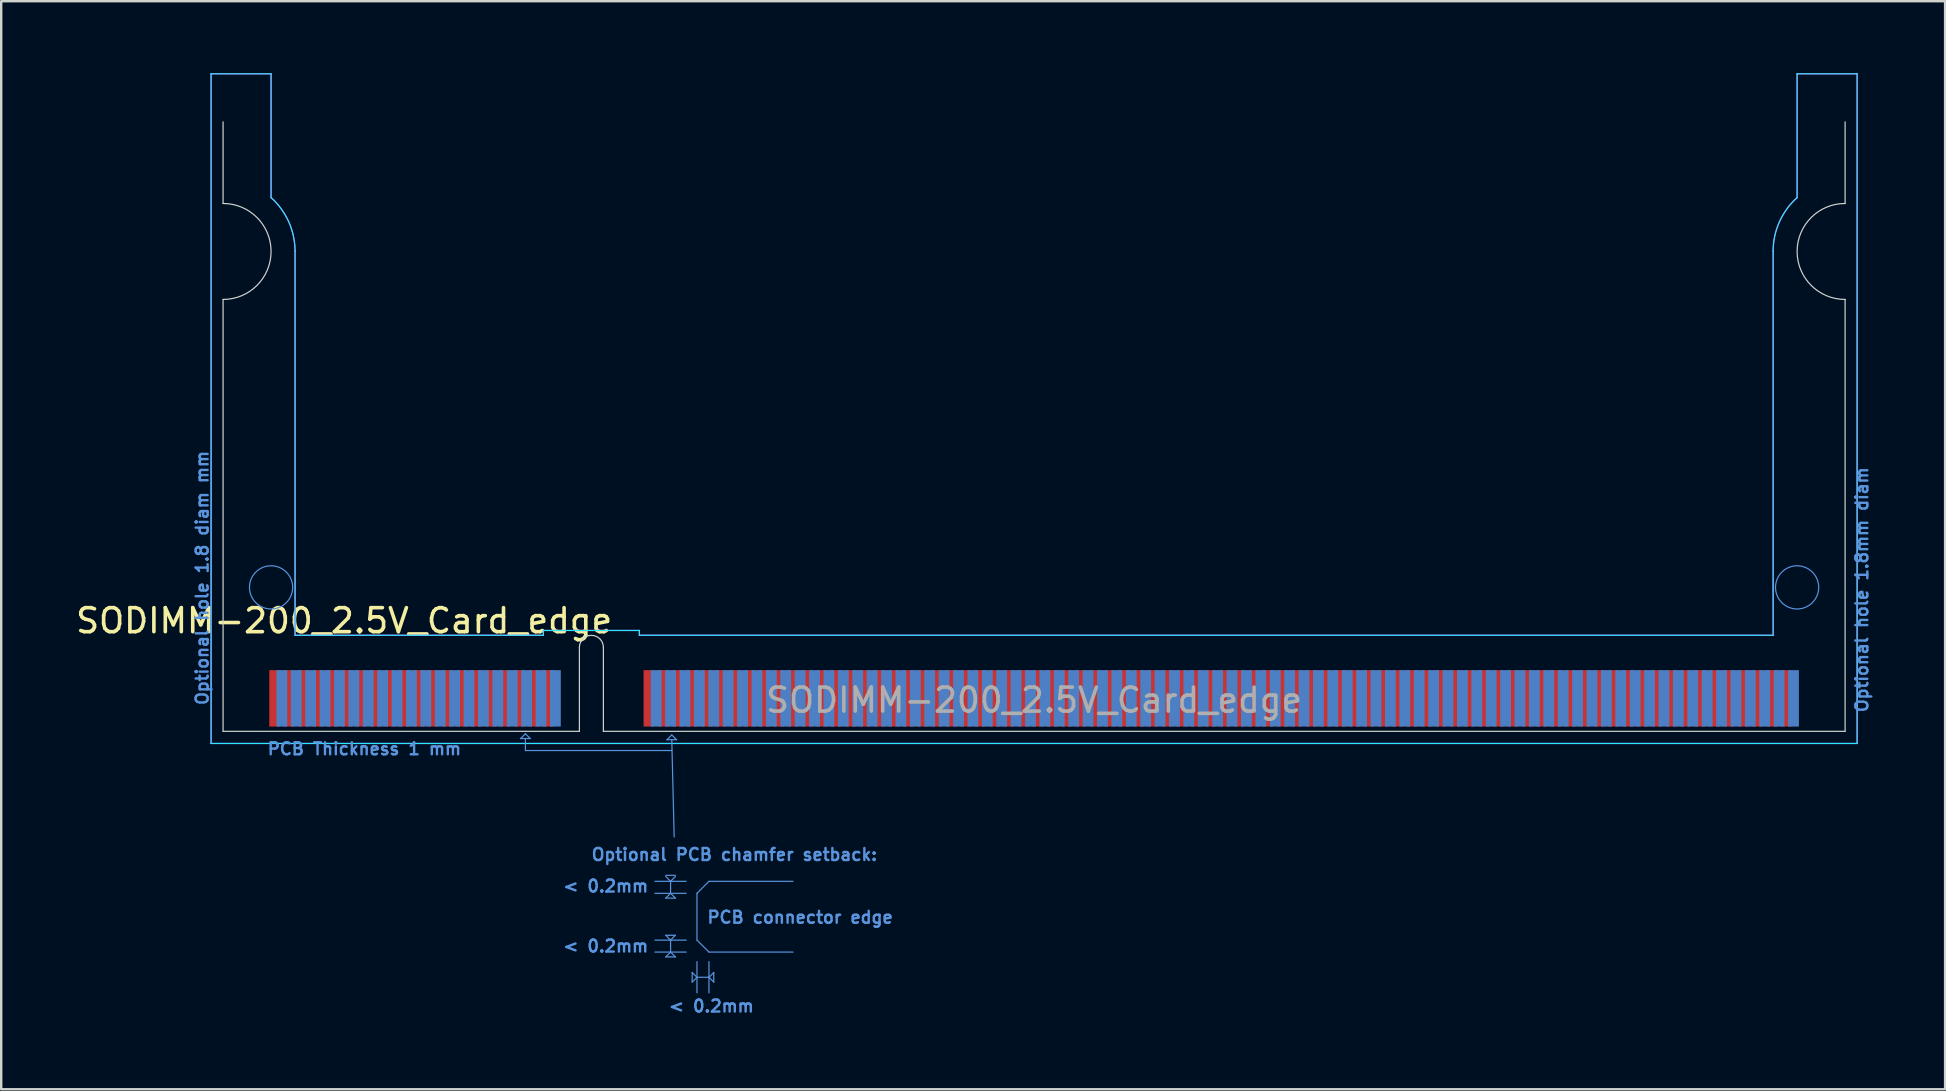
<source format=kicad_pcb>
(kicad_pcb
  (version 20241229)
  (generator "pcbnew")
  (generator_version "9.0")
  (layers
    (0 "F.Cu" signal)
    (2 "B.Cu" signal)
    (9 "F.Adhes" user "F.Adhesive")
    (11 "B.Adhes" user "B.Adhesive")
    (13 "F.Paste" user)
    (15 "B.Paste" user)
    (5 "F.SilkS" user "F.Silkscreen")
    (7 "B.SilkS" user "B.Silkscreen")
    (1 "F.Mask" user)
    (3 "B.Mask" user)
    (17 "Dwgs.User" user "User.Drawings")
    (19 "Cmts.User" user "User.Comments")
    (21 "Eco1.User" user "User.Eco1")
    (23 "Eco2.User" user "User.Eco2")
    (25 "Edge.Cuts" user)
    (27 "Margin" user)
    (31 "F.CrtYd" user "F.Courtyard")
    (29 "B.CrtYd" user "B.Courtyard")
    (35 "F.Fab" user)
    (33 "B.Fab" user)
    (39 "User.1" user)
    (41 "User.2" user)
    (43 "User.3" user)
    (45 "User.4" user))
  (footprint "SODIMM-200_2.5V_Card_edge"
    (layer "F.Cu")
    (at 8.397 26.055)
    (property "Reference" "SODIMM-200_2.5V_Card_edge" (at 2.895 -3.235 0) (layer "F.SilkS") (effects (font (size 1 1) (thickness 0.15))))
    (attr exclude_from_pos_files exclude_from_bom allow_soldermask_bridges)
    (fp_rect (start -0.352 -1.302) (end 12.7 1.302) (stroke (width 0) (type solid)) (fill yes) (layer "F.Mask"))
    (fp_rect (start 13.7 -1.302) (end 63.352 1.302) (stroke (width 0) (type solid)) (fill yes) (layer "F.Mask"))
    (fp_rect (start -0.052 -1.302) (end 12.7 1.302) (stroke (width 0) (type solid)) (fill yes) (layer "B.Mask"))
    (fp_rect (start 13.7 -1.302) (end 63.652 1.302) (stroke (width 0) (type solid)) (fill yes) (layer "B.Mask"))
    (fp_line (start 10.25 1.675) (end 10.45 1.475) (stroke (width 0.05) (type default)) (layer "Cmts.User"))
    (fp_line (start 10.45 1.475) (end 10.65 1.675) (stroke (width 0.05) (type default)) (layer "Cmts.User"))
    (fp_line (start 10.45 1.675) (end 10.45 2.175) (stroke (width 0.05) (type default)) (layer "Cmts.User"))
    (fp_line (start 10.45 2.175) (end 16.55 2.175) (stroke (width 0.05) (type default)) (layer "Cmts.User"))
    (fp_line (start 10.65 1.675) (end 10.25 1.675) (stroke (width 0.05) (type default)) (layer "Cmts.User"))
    (fp_line (start 15.85 7.625) (end 17.15 7.625) (stroke (width 0.05) (type default)) (layer "Cmts.User"))
    (fp_line (start 15.85 8.125) (end 17.15 8.125) (stroke (width 0.05) (type default)) (layer "Cmts.User"))
    (fp_line (start 15.85 10.075) (end 17.15 10.075) (stroke (width 0.05) (type default)) (layer "Cmts.User"))
    (fp_line (start 15.85 10.575) (end 17.15 10.575) (stroke (width 0.05) (type default)) (layer "Cmts.User"))
    (fp_line (start 16.3 7.375) (end 16.7 7.375) (stroke (width 0.05) (type default)) (layer "Cmts.User"))
    (fp_line (start 16.3 8.325) (end 16.5 8.125) (stroke (width 0.05) (type default)) (layer "Cmts.User"))
    (fp_line (start 16.3 9.875) (end 16.7 9.875) (stroke (width 0.05) (type default)) (layer "Cmts.User"))
    (fp_line (start 16.3 10.775) (end 16.5 10.575) (stroke (width 0.05) (type default)) (layer "Cmts.User"))
    (fp_line (start 16.35 1.725) (end 16.55 1.525) (stroke (width 0.05) (type default)) (layer "Cmts.User"))
    (fp_line (start 16.5 7.625) (end 16.3 7.425) (stroke (width 0.05) (type default)) (layer "Cmts.User"))
    (fp_line (start 16.5 8.125) (end 16.5 7.625) (stroke (width 0.05) (type default)) (layer "Cmts.User"))
    (fp_line (start 16.5 8.125) (end 16.7 8.325) (stroke (width 0.05) (type default)) (layer "Cmts.User"))
    (fp_line (start 16.5 10.075) (end 16.3 9.875) (stroke (width 0.05) (type default)) (layer "Cmts.User"))
    (fp_line (start 16.5 10.575) (end 16.5 10.075) (stroke (width 0.05) (type default)) (layer "Cmts.User"))
    (fp_line (start 16.5 10.575) (end 16.7 10.775) (stroke (width 0.05) (type default)) (layer "Cmts.User"))
    (fp_line (start 16.55 1.525) (end 16.75 1.725) (stroke (width 0.05) (type default)) (layer "Cmts.User"))
    (fp_line (start 16.55 1.725) (end 16.65 5.775) (stroke (width 0.05) (type default)) (layer "Cmts.User"))
    (fp_line (start 16.7 7.425) (end 16.5 7.625) (stroke (width 0.05) (type default)) (layer "Cmts.User"))
    (fp_line (start 16.7 8.325) (end 16.3 8.325) (stroke (width 0.05) (type default)) (layer "Cmts.User"))
    (fp_line (start 16.7 9.875) (end 16.5 10.075) (stroke (width 0.05) (type default)) (layer "Cmts.User"))
    (fp_line (start 16.7 10.775) (end 16.3 10.775) (stroke (width 0.05) (type default)) (layer "Cmts.User"))
    (fp_line (start 16.75 1.725) (end 16.35 1.725) (stroke (width 0.05) (type default)) (layer "Cmts.User"))
    (fp_line (start 17.4 11.425) (end 17.6 11.625) (stroke (width 0.05) (type default)) (layer "Cmts.User"))
    (fp_line (start 17.4 11.825) (end 17.4 11.425) (stroke (width 0.05) (type default)) (layer "Cmts.User"))
    (fp_line (start 17.6 8.125) (end 17.6 10.075) (stroke (width 0.05) (type default)) (layer "Cmts.User"))
    (fp_line (start 17.6 10.975) (end 17.6 12.275) (stroke (width 0.05) (type default)) (layer "Cmts.User"))
    (fp_line (start 17.6 11.625) (end 17.4 11.825) (stroke (width 0.05) (type default)) (layer "Cmts.User"))
    (fp_line (start 17.6 11.625) (end 18.1 11.625) (stroke (width 0.05) (type default)) (layer "Cmts.User"))
    (fp_line (start 18.1 7.625) (end 17.6 8.125) (stroke (width 0.05) (type default)) (layer "Cmts.User"))
    (fp_line (start 18.1 7.625) (end 21.6 7.625) (stroke (width 0.05) (type default)) (layer "Cmts.User"))
    (fp_line (start 18.1 10.575) (end 17.6 10.075) (stroke (width 0.05) (type default)) (layer "Cmts.User"))
    (fp_line (start 18.1 10.575) (end 21.6 10.575) (stroke (width 0.05) (type default)) (layer "Cmts.User"))
    (fp_line (start 18.1 10.975) (end 18.1 12.275) (stroke (width 0.05) (type default)) (layer "Cmts.User"))
    (fp_line (start 18.1 11.625) (end 18.3 11.425) (stroke (width 0.05) (type default)) (layer "Cmts.User"))
    (fp_line (start 18.3 11.425) (end 18.3 11.825) (stroke (width 0.05) (type default)) (layer "Cmts.User"))
    (fp_line (start 18.3 11.825) (end 18.1 11.625) (stroke (width 0.05) (type default)) (layer "Cmts.User"))
    (fp_circle (center -0.15 -4.625) (end 0.75 -4.625) (stroke (width 0.05) (type default)) (fill no) (layer "Cmts.User"))
    (fp_circle (center 63.45 -4.625) (end 64.35 -4.625) (stroke (width 0.05) (type default)) (fill no) (layer "Cmts.User"))
    (fp_line (start -2.15 -20.625) (end -2.15 -24.025) (stroke (width 0.05) (type default)) (layer "Edge.Cuts"))
    (fp_line (start -2.15 1.375) (end -2.15 -16.625) (stroke (width 0.05) (type solid)) (layer "Edge.Cuts"))
    (fp_line (start 12.7 1.375) (end -2.15 1.375) (stroke (width 0.05) (type default)) (layer "Edge.Cuts"))
    (fp_line (start 12.7 1.375) (end 12.7 -2.125) (stroke (width 0.05) (type solid)) (layer "Edge.Cuts"))
    (fp_line (start 13.7 -2.125) (end 13.7 1.375) (stroke (width 0.05) (type solid)) (layer "Edge.Cuts"))
    (fp_line (start 13.7 1.375) (end 65.45 1.375) (stroke (width 0.05) (type default)) (layer "Edge.Cuts"))
    (fp_line (start 65.45 -20.625) (end 65.45 -24.025) (stroke (width 0.05) (type default)) (layer "Edge.Cuts"))
    (fp_line (start 65.45 1.375) (end 65.45 -16.625) (stroke (width 0.05) (type solid)) (layer "Edge.Cuts"))
    (fp_arc (start -2.15 -20.625) (mid -0.15 -18.625) (end -2.15 -16.625) (stroke (width 0.05) (type solid)) (layer "Edge.Cuts"))
    (fp_arc (start 12.7 -2.125) (mid 13.2 -2.625) (end 13.7 -2.125) (stroke (width 0.05) (type solid)) (layer "Edge.Cuts"))
    (fp_arc (start 65.45 -16.625) (mid 63.45 -18.625) (end 65.45 -20.625) (stroke (width 0.05) (type solid)) (layer "Edge.Cuts"))
    (fp_line (start -2.65 -26.03) (end -2.65 1.88) (stroke (width 0.05) (type default)) (layer "B.CrtYd"))
    (fp_line (start -2.65 -26.03) (end -0.15 -26.03) (stroke (width 0.05) (type default)) (layer "B.CrtYd"))
    (fp_line (start -0.15 -20.87) (end -0.15 -26.03) (stroke (width 0.05) (type default)) (layer "B.CrtYd"))
    (fp_line (start 0.85 -18.63) (end 0.85 -2.63) (stroke (width 0.05) (type default)) (layer "B.CrtYd"))
    (fp_line (start 0.85 -2.63) (end 11.2 -2.63) (stroke (width 0.05) (type default)) (layer "B.CrtYd"))
    (fp_line (start 11.2 -2.83) (end 15.2 -2.83) (stroke (width 0.05) (type default)) (layer "B.CrtYd"))
    (fp_line (start 11.2 -2.63) (end 11.2 -2.83) (stroke (width 0.05) (type default)) (layer "B.CrtYd"))
    (fp_line (start 15.2 -2.83) (end 15.2 -2.63) (stroke (width 0.05) (type default)) (layer "B.CrtYd"))
    (fp_line (start 15.2 -2.63) (end 62.45 -2.63) (stroke (width 0.05) (type default)) (layer "B.CrtYd"))
    (fp_line (start 62.45 -18.63) (end 62.45 -2.63) (stroke (width 0.05) (type default)) (layer "B.CrtYd"))
    (fp_line (start 63.45 -20.87) (end 63.45 -26.03) (stroke (width 0.05) (type default)) (layer "B.CrtYd"))
    (fp_line (start 65.95 -26.03) (end 63.45 -26.03) (stroke (width 0.05) (type default)) (layer "B.CrtYd"))
    (fp_line (start 65.95 -26.03) (end 65.95 1.88) (stroke (width 0.05) (type default)) (layer "B.CrtYd"))
    (fp_line (start 65.95 1.88) (end -2.65 1.88) (stroke (width 0.05) (type default)) (layer "B.CrtYd"))
    (fp_arc (start -0.15 -20.87) (mid 0.588474 -19.856462) (end 0.85 -18.63) (stroke (width 0.05) (type default)) (layer "B.CrtYd"))
    (fp_arc (start 62.45 -18.63) (mid 62.711526 -19.856462) (end 63.45 -20.87) (stroke (width 0.05) (type default)) (layer "B.CrtYd"))
    (fp_line (start -2.65 -26.03) (end -2.65 1.88) (stroke (width 0.05) (type default)) (layer "F.CrtYd"))
    (fp_line (start -2.65 -26.03) (end -0.15 -26.03) (stroke (width 0.05) (type default)) (layer "F.CrtYd"))
    (fp_line (start -0.15 -20.87) (end -0.15 -26.03) (stroke (width 0.05) (type default)) (layer "F.CrtYd"))
    (fp_line (start 0.85 -2.63) (end 0.85 -18.63) (stroke (width 0.05) (type default)) (layer "F.CrtYd"))
    (fp_line (start 0.85 -2.63) (end 11.2 -2.63) (stroke (width 0.05) (type default)) (layer "F.CrtYd"))
    (fp_line (start 11.2 -2.83) (end 15.2 -2.83) (stroke (width 0.05) (type default)) (layer "F.CrtYd"))
    (fp_line (start 11.2 -2.63) (end 11.2 -2.83) (stroke (width 0.05) (type default)) (layer "F.CrtYd"))
    (fp_line (start 15.2 -2.83) (end 15.2 -2.63) (stroke (width 0.05) (type default)) (layer "F.CrtYd"))
    (fp_line (start 15.2 -2.63) (end 62.45 -2.63) (stroke (width 0.05) (type default)) (layer "F.CrtYd"))
    (fp_line (start 62.45 -2.63) (end 62.45 -18.63) (stroke (width 0.05) (type default)) (layer "F.CrtYd"))
    (fp_line (start 63.45 -20.87) (end 63.45 -26.03) (stroke (width 0.05) (type default)) (layer "F.CrtYd"))
    (fp_line (start 65.95 -26.03) (end 63.45 -26.03) (stroke (width 0.05) (type default)) (layer "F.CrtYd"))
    (fp_line (start 65.95 -26.03) (end 65.95 1.88) (stroke (width 0.05) (type default)) (layer "F.CrtYd"))
    (fp_line (start 65.95 1.88) (end -2.65 1.88) (stroke (width 0.05) (type default)) (layer "F.CrtYd"))
    (fp_arc (start -0.15 -20.87) (mid 0.588474 -19.856462) (end 0.85 -18.63) (stroke (width 0.05) (type default)) (layer "F.CrtYd"))
    (fp_arc (start 62.45 -18.63) (mid 62.711526 -19.856462) (end 63.45 -20.87) (stroke (width 0.05) (type default)) (layer "F.CrtYd"))
    (fp_text user "< 0.2mm" (at 13.8 7.825 180) (layer "Cmts.User") (effects (font (size 0.5 0.5) (thickness 0.1))))
    (fp_text user "PCB Thickness 1 mm" (at 3.74 2.105 180) (layer "Cmts.User") (effects (font (size 0.5 0.5) (thickness 0.1))))
    (fp_text user "Optional hole 1.8mm diam" (at 66.15 -4.53 90) (unlocked yes) (layer "Cmts.User") (effects (font (size 0.5 0.5) (thickness 0.1))))
    (fp_text user "Optional PCB chamfer setback:" (at 19.16 6.51 180) (layer "Cmts.User") (effects (font (size 0.5 0.5) (thickness 0.1))))
    (fp_text user "PCB connector edge" (at 21.9 9.125 180) (layer "Cmts.User") (effects (font (size 0.5 0.5) (thickness 0.1))))
    (fp_text user "Optional hole 1.8 diam mm" (at -3.02 -5.02 90) (unlocked yes) (layer "Cmts.User") (effects (font (size 0.5 0.5) (thickness 0.1))))
    (fp_text user "< 0.2mm" (at 13.8 10.325 180) (layer "Cmts.User") (effects (font (size 0.5 0.5) (thickness 0.1))))
    (fp_text user "< 0.2mm" (at 18.2 12.825 180) (layer "Cmts.User") (effects (font (size 0.5 0.5) (thickness 0.1))))
    (fp_text user "${REFERENCE}" (at 31.65 0.075 0) (layer "F.Fab") (effects (font (size 1 1) (thickness 0.15))))
    (pad "1" connect rect (at 0 0) (size 0.45 2.35) (layers "F.Cu" "F.Mask"))
    (pad "2" connect rect (at 0.3 0) (size 0.45 2.35) (layers "B.Cu" "B.Mask"))
    (pad "3" connect rect (at 0.6 0) (size 0.45 2.35) (layers "F.Cu" "F.Mask"))
    (pad "4" connect rect (at 0.9 0) (size 0.45 2.35) (layers "B.Cu" "B.Mask"))
    (pad "5" connect rect (at 1.2 0) (size 0.45 2.35) (layers "F.Cu" "F.Mask"))
    (pad "6" connect rect (at 1.5 0) (size 0.45 2.35) (layers "B.Cu" "B.Mask"))
    (pad "7" connect rect (at 1.8 0) (size 0.45 2.35) (layers "F.Cu" "F.Mask"))
    (pad "8" connect rect (at 2.1 0) (size 0.45 2.35) (layers "B.Cu" "B.Mask"))
    (pad "9" connect rect (at 2.4 0) (size 0.45 2.35) (layers "F.Cu" "F.Mask"))
    (pad "10" connect rect (at 2.7 0) (size 0.45 2.35) (layers "B.Cu" "B.Mask"))
    (pad "11" connect rect (at 3 0) (size 0.45 2.35) (layers "F.Cu" "F.Mask"))
    (pad "12" connect rect (at 3.3 0) (size 0.45 2.35) (layers "B.Cu" "B.Mask"))
    (pad "13" connect rect (at 3.6 0) (size 0.45 2.35) (layers "F.Cu" "F.Mask"))
    (pad "14" connect rect (at 3.9 0) (size 0.45 2.35) (layers "B.Cu" "B.Mask"))
    (pad "15" connect rect (at 4.2 0) (size 0.45 2.35) (layers "F.Cu" "F.Mask"))
    (pad "16" connect rect (at 4.5 0) (size 0.45 2.35) (layers "B.Cu" "B.Mask"))
    (pad "17" connect rect (at 4.8 0) (size 0.45 2.35) (layers "F.Cu" "F.Mask"))
    (pad "18" connect rect (at 5.1 0) (size 0.45 2.35) (layers "B.Cu" "B.Mask"))
    (pad "19" connect rect (at 5.4 0) (size 0.45 2.35) (layers "F.Cu" "F.Mask"))
    (pad "20" connect rect (at 5.7 0) (size 0.45 2.35) (layers "B.Cu" "B.Mask"))
    (pad "21" connect rect (at 6 0) (size 0.45 2.35) (layers "F.Cu" "F.Mask"))
    (pad "22" connect rect (at 6.3 0) (size 0.45 2.35) (layers "B.Cu" "B.Mask"))
    (pad "23" connect rect (at 6.6 0) (size 0.45 2.35) (layers "F.Cu" "F.Mask"))
    (pad "24" connect rect (at 6.9 0) (size 0.45 2.35) (layers "B.Cu" "B.Mask"))
    (pad "25" connect rect (at 7.2 0) (size 0.45 2.35) (layers "F.Cu" "F.Mask"))
    (pad "26" connect rect (at 7.5 0) (size 0.45 2.35) (layers "B.Cu" "B.Mask"))
    (pad "27" connect rect (at 7.8 0) (size 0.45 2.35) (layers "F.Cu" "F.Mask"))
    (pad "28" connect rect (at 8.1 0) (size 0.45 2.35) (layers "B.Cu" "B.Mask"))
    (pad "29" connect rect (at 8.4 0) (size 0.45 2.35) (layers "F.Cu" "F.Mask"))
    (pad "30" connect rect (at 8.7 0) (size 0.45 2.35) (layers "B.Cu" "B.Mask"))
    (pad "31" connect rect (at 9 0) (size 0.45 2.35) (layers "F.Cu" "F.Mask"))
    (pad "32" connect rect (at 9.3 0) (size 0.45 2.35) (layers "B.Cu" "B.Mask"))
    (pad "33" connect rect (at 9.6 0) (size 0.45 2.35) (layers "F.Cu" "F.Mask"))
    (pad "34" connect rect (at 9.9 0) (size 0.45 2.35) (layers "B.Cu" "B.Mask"))
    (pad "35" connect rect (at 10.2 0) (size 0.45 2.35) (layers "F.Cu" "F.Mask"))
    (pad "36" connect rect (at 10.5 0) (size 0.45 2.35) (layers "B.Cu" "B.Mask"))
    (pad "37" connect rect (at 10.8 0) (size 0.45 2.35) (layers "F.Cu" "F.Mask"))
    (pad "38" connect rect (at 11.1 0) (size 0.45 2.35) (layers "B.Cu" "B.Mask"))
    (pad "39" connect rect (at 11.4 0) (size 0.45 2.35) (layers "F.Cu" "F.Mask"))
    (pad "40" connect rect (at 11.7 0) (size 0.45 2.35) (layers "B.Cu" "B.Mask"))
    (pad "41" connect rect (at 15.6 0) (size 0.45 2.35) (layers "F.Cu" "F.Mask"))
    (pad "42" connect rect (at 15.9 0) (size 0.45 2.35) (layers "B.Cu" "B.Mask"))
    (pad "43" connect rect (at 16.2 0) (size 0.45 2.35) (layers "F.Cu" "F.Mask"))
    (pad "44" connect rect (at 16.5 0) (size 0.45 2.35) (layers "B.Cu" "B.Mask"))
    (pad "45" connect rect (at 16.8 0) (size 0.45 2.35) (layers "F.Cu" "F.Mask"))
    (pad "46" connect rect (at 17.1 0) (size 0.45 2.35) (layers "B.Cu" "B.Mask"))
    (pad "47" connect rect (at 17.4 0) (size 0.45 2.35) (layers "F.Cu" "F.Mask"))
    (pad "48" connect rect (at 17.7 0) (size 0.45 2.35) (layers "B.Cu" "B.Mask"))
    (pad "49" connect rect (at 18 0) (size 0.45 2.35) (layers "F.Cu" "F.Mask"))
    (pad "50" connect rect (at 18.3 0) (size 0.45 2.35) (layers "B.Cu" "B.Mask"))
    (pad "51" connect rect (at 18.6 0) (size 0.45 2.35) (layers "F.Cu" "F.Mask"))
    (pad "52" connect rect (at 18.9 0) (size 0.45 2.35) (layers "B.Cu" "B.Mask"))
    (pad "53" connect rect (at 19.2 0) (size 0.45 2.35) (layers "F.Cu" "F.Mask"))
    (pad "54" connect rect (at 19.5 0) (size 0.45 2.35) (layers "B.Cu" "B.Mask"))
    (pad "55" connect rect (at 19.8 0) (size 0.45 2.35) (layers "F.Cu" "F.Mask"))
    (pad "56" connect rect (at 20.1 0) (size 0.45 2.35) (layers "B.Cu" "B.Mask"))
    (pad "57" connect rect (at 20.4 0) (size 0.45 2.35) (layers "F.Cu" "F.Mask"))
    (pad "58" connect rect (at 20.7 0) (size 0.45 2.35) (layers "B.Cu" "B.Mask"))
    (pad "59" connect rect (at 21 0) (size 0.45 2.35) (layers "F.Cu" "F.Mask"))
    (pad "60" connect rect (at 21.3 0) (size 0.45 2.35) (layers "B.Cu" "B.Mask"))
    (pad "61" connect rect (at 21.6 0) (size 0.45 2.35) (layers "F.Cu" "F.Mask"))
    (pad "62" connect rect (at 21.9 0) (size 0.45 2.35) (layers "B.Cu" "B.Mask"))
    (pad "63" connect rect (at 22.2 0) (size 0.45 2.35) (layers "F.Cu" "F.Mask"))
    (pad "64" connect rect (at 22.5 0) (size 0.45 2.35) (layers "B.Cu" "B.Mask"))
    (pad "65" connect rect (at 22.8 0) (size 0.45 2.35) (layers "F.Cu" "F.Mask"))
    (pad "66" connect rect (at 23.1 0) (size 0.45 2.35) (layers "B.Cu" "B.Mask"))
    (pad "67" connect rect (at 23.4 0) (size 0.45 2.35) (layers "F.Cu" "F.Mask"))
    (pad "68" connect rect (at 23.7 0) (size 0.45 2.35) (layers "B.Cu" "B.Mask"))
    (pad "69" connect rect (at 24 0) (size 0.45 2.35) (layers "F.Cu" "F.Mask"))
    (pad "70" connect rect (at 24.3 0) (size 0.45 2.35) (layers "B.Cu" "B.Mask"))
    (pad "71" connect rect (at 24.6 0) (size 0.45 2.35) (layers "F.Cu" "F.Mask"))
    (pad "72" connect rect (at 24.9 0) (size 0.45 2.35) (layers "B.Cu" "B.Mask"))
    (pad "73" connect rect (at 25.2 0) (size 0.45 2.35) (layers "F.Cu" "F.Mask"))
    (pad "74" connect rect (at 25.5 0) (size 0.45 2.35) (layers "B.Cu" "B.Mask"))
    (pad "75" connect rect (at 25.8 0) (size 0.45 2.35) (layers "F.Cu" "F.Mask"))
    (pad "76" connect rect (at 26.1 0) (size 0.45 2.35) (layers "B.Cu" "B.Mask"))
    (pad "77" connect rect (at 26.4 0) (size 0.45 2.35) (layers "F.Cu" "F.Mask"))
    (pad "78" connect rect (at 26.7 0) (size 0.45 2.35) (layers "B.Cu" "B.Mask"))
    (pad "79" connect rect (at 27 0) (size 0.45 2.35) (layers "F.Cu" "F.Mask"))
    (pad "80" connect rect (at 27.3 0) (size 0.45 2.35) (layers "B.Cu" "B.Mask"))
    (pad "81" connect rect (at 27.6 0) (size 0.45 2.35) (layers "F.Cu" "F.Mask"))
    (pad "82" connect rect (at 27.9 0) (size 0.45 2.35) (layers "B.Cu" "B.Mask"))
    (pad "83" connect rect (at 28.2 0) (size 0.45 2.35) (layers "F.Cu" "F.Mask"))
    (pad "84" connect rect (at 28.5 0) (size 0.45 2.35) (layers "B.Cu" "B.Mask"))
    (pad "85" connect rect (at 28.8 0) (size 0.45 2.35) (layers "F.Cu" "F.Mask"))
    (pad "86" connect rect (at 29.1 0) (size 0.45 2.35) (layers "B.Cu" "B.Mask"))
    (pad "87" connect rect (at 29.4 0) (size 0.45 2.35) (layers "F.Cu" "F.Mask"))
    (pad "88" connect rect (at 29.7 0) (size 0.45 2.35) (layers "B.Cu" "B.Mask"))
    (pad "89" connect rect (at 30 0) (size 0.45 2.35) (layers "F.Cu" "F.Mask"))
    (pad "90" connect rect (at 30.3 0) (size 0.45 2.35) (layers "B.Cu" "B.Mask"))
    (pad "91" connect rect (at 30.6 0) (size 0.45 2.35) (layers "F.Cu" "F.Mask"))
    (pad "92" connect rect (at 30.9 0) (size 0.45 2.35) (layers "B.Cu" "B.Mask"))
    (pad "93" connect rect (at 31.2 0) (size 0.45 2.35) (layers "F.Cu" "F.Mask"))
    (pad "94" connect rect (at 31.5 0) (size 0.45 2.35) (layers "B.Cu" "B.Mask"))
    (pad "95" connect rect (at 31.8 0) (size 0.45 2.35) (layers "F.Cu" "F.Mask"))
    (pad "96" connect rect (at 32.1 0) (size 0.45 2.35) (layers "B.Cu" "B.Mask"))
    (pad "97" connect rect (at 32.4 0) (size 0.45 2.35) (layers "F.Cu" "F.Mask"))
    (pad "98" connect rect (at 32.7 0) (size 0.45 2.35) (layers "B.Cu" "B.Mask"))
    (pad "99" connect rect (at 33 0) (size 0.45 2.35) (layers "F.Cu" "F.Mask"))
    (pad "100" connect rect (at 33.3 0) (size 0.45 2.35) (layers "B.Cu" "B.Mask"))
    (pad "101" connect rect (at 33.6 0) (size 0.45 2.35) (layers "F.Cu" "F.Mask"))
    (pad "102" connect rect (at 33.9 0) (size 0.45 2.35) (layers "B.Cu" "B.Mask"))
    (pad "103" connect rect (at 34.2 0) (size 0.45 2.35) (layers "F.Cu" "F.Mask"))
    (pad "104" connect rect (at 34.5 0) (size 0.45 2.35) (layers "B.Cu" "B.Mask"))
    (pad "105" connect rect (at 34.8 0) (size 0.45 2.35) (layers "F.Cu" "F.Mask"))
    (pad "106" connect rect (at 35.1 0) (size 0.45 2.35) (layers "B.Cu" "B.Mask"))
    (pad "107" connect rect (at 35.4 0) (size 0.45 2.35) (layers "F.Cu" "F.Mask"))
    (pad "108" connect rect (at 35.7 0) (size 0.45 2.35) (layers "B.Cu" "B.Mask"))
    (pad "109" connect rect (at 36 0) (size 0.45 2.35) (layers "F.Cu" "F.Mask"))
    (pad "110" connect rect (at 36.3 0) (size 0.45 2.35) (layers "B.Cu" "B.Mask"))
    (pad "111" connect rect (at 36.6 0) (size 0.45 2.35) (layers "F.Cu" "F.Mask"))
    (pad "112" connect rect (at 36.9 0) (size 0.45 2.35) (layers "B.Cu" "B.Mask"))
    (pad "113" connect rect (at 37.2 0) (size 0.45 2.35) (layers "F.Cu" "F.Mask"))
    (pad "114" connect rect (at 37.5 0) (size 0.45 2.35) (layers "B.Cu" "B.Mask"))
    (pad "115" connect rect (at 37.8 0) (size 0.45 2.35) (layers "F.Cu" "F.Mask"))
    (pad "116" connect rect (at 38.1 0) (size 0.45 2.35) (layers "B.Cu" "B.Mask"))
    (pad "117" connect rect (at 38.4 0) (size 0.45 2.35) (layers "F.Cu" "F.Mask"))
    (pad "118" connect rect (at 38.7 0) (size 0.45 2.35) (layers "B.Cu" "B.Mask"))
    (pad "119" connect rect (at 39 0) (size 0.45 2.35) (layers "F.Cu" "F.Mask"))
    (pad "120" connect rect (at 39.3 0) (size 0.45 2.35) (layers "B.Cu" "B.Mask"))
    (pad "121" connect rect (at 39.6 0) (size 0.45 2.35) (layers "F.Cu" "F.Mask"))
    (pad "122" connect rect (at 39.9 0) (size 0.45 2.35) (layers "B.Cu" "B.Mask"))
    (pad "123" connect rect (at 40.2 0) (size 0.45 2.35) (layers "F.Cu" "F.Mask"))
    (pad "124" connect rect (at 40.5 0) (size 0.45 2.35) (layers "B.Cu" "B.Mask"))
    (pad "125" connect rect (at 40.8 0) (size 0.45 2.35) (layers "F.Cu" "F.Mask"))
    (pad "126" connect rect (at 41.1 0) (size 0.45 2.35) (layers "B.Cu" "B.Mask"))
    (pad "127" connect rect (at 41.4 0) (size 0.45 2.35) (layers "F.Cu" "F.Mask"))
    (pad "128" connect rect (at 41.7 0) (size 0.45 2.35) (layers "B.Cu" "B.Mask"))
    (pad "129" connect rect (at 42 0) (size 0.45 2.35) (layers "F.Cu" "F.Mask"))
    (pad "130" connect rect (at 42.3 0) (size 0.45 2.35) (layers "B.Cu" "B.Mask"))
    (pad "131" connect rect (at 42.6 0) (size 0.45 2.35) (layers "F.Cu" "F.Mask"))
    (pad "132" connect rect (at 42.9 0) (size 0.45 2.35) (layers "B.Cu" "B.Mask"))
    (pad "133" connect rect (at 43.2 0) (size 0.45 2.35) (layers "F.Cu" "F.Mask"))
    (pad "134" connect rect (at 43.5 0) (size 0.45 2.35) (layers "B.Cu" "B.Mask"))
    (pad "135" connect rect (at 43.8 0) (size 0.45 2.35) (layers "F.Cu" "F.Mask"))
    (pad "136" connect rect (at 44.1 0) (size 0.45 2.35) (layers "B.Cu" "B.Mask"))
    (pad "137" connect rect (at 44.4 0) (size 0.45 2.35) (layers "F.Cu" "F.Mask"))
    (pad "138" connect rect (at 44.7 0) (size 0.45 2.35) (layers "B.Cu" "B.Mask"))
    (pad "139" connect rect (at 45 0) (size 0.45 2.35) (layers "F.Cu" "F.Mask"))
    (pad "140" connect rect (at 45.3 0) (size 0.45 2.35) (layers "B.Cu" "B.Mask"))
    (pad "141" connect rect (at 45.6 0) (size 0.45 2.35) (layers "F.Cu" "F.Mask"))
    (pad "142" connect rect (at 45.9 0) (size 0.45 2.35) (layers "B.Cu" "B.Mask"))
    (pad "143" connect rect (at 46.2 0) (size 0.45 2.35) (layers "F.Cu" "F.Mask"))
    (pad "144" connect rect (at 46.5 0) (size 0.45 2.35) (layers "B.Cu" "B.Mask"))
    (pad "145" connect rect (at 46.8 0) (size 0.45 2.35) (layers "F.Cu" "F.Mask"))
    (pad "146" connect rect (at 47.1 0) (size 0.45 2.35) (layers "B.Cu" "B.Mask"))
    (pad "147" connect rect (at 47.4 0) (size 0.45 2.35) (layers "F.Cu" "F.Mask"))
    (pad "148" connect rect (at 47.7 0) (size 0.45 2.35) (layers "B.Cu" "B.Mask"))
    (pad "149" connect rect (at 48 0) (size 0.45 2.35) (layers "F.Cu" "F.Mask"))
    (pad "150" connect rect (at 48.3 0) (size 0.45 2.35) (layers "B.Cu" "B.Mask"))
    (pad "151" connect rect (at 48.6 0) (size 0.45 2.35) (layers "F.Cu" "F.Mask"))
    (pad "152" connect rect (at 48.9 0) (size 0.45 2.35) (layers "B.Cu" "B.Mask"))
    (pad "153" connect rect (at 49.2 0) (size 0.45 2.35) (layers "F.Cu" "F.Mask"))
    (pad "154" connect rect (at 49.5 0) (size 0.45 2.35) (layers "B.Cu" "B.Mask"))
    (pad "155" connect rect (at 49.8 0) (size 0.45 2.35) (layers "F.Cu" "F.Mask"))
    (pad "156" connect rect (at 50.1 0) (size 0.45 2.35) (layers "B.Cu" "B.Mask"))
    (pad "157" connect rect (at 50.4 0) (size 0.45 2.35) (layers "F.Cu" "F.Mask"))
    (pad "158" connect rect (at 50.7 0) (size 0.45 2.35) (layers "B.Cu" "B.Mask"))
    (pad "159" connect rect (at 51 0) (size 0.45 2.35) (layers "F.Cu" "F.Mask"))
    (pad "160" connect rect (at 51.3 0) (size 0.45 2.35) (layers "B.Cu" "B.Mask"))
    (pad "161" connect rect (at 51.6 0) (size 0.45 2.35) (layers "F.Cu" "F.Mask"))
    (pad "162" connect rect (at 51.9 0) (size 0.45 2.35) (layers "B.Cu" "B.Mask"))
    (pad "163" connect rect (at 52.2 0) (size 0.45 2.35) (layers "F.Cu" "F.Mask"))
    (pad "164" connect rect (at 52.5 0) (size 0.45 2.35) (layers "B.Cu" "B.Mask"))
    (pad "165" connect rect (at 52.8 0) (size 0.45 2.35) (layers "F.Cu" "F.Mask"))
    (pad "166" connect rect (at 53.1 0) (size 0.45 2.35) (layers "B.Cu" "B.Mask"))
    (pad "167" connect rect (at 53.4 0) (size 0.45 2.35) (layers "F.Cu" "F.Mask"))
    (pad "168" connect rect (at 53.7 0) (size 0.45 2.35) (layers "B.Cu" "B.Mask"))
    (pad "169" connect rect (at 54 0) (size 0.45 2.35) (layers "F.Cu" "F.Mask"))
    (pad "170" connect rect (at 54.3 0) (size 0.45 2.35) (layers "B.Cu" "B.Mask"))
    (pad "171" connect rect (at 54.6 0) (size 0.45 2.35) (layers "F.Cu" "F.Mask"))
    (pad "172" connect rect (at 54.9 0) (size 0.45 2.35) (layers "B.Cu" "B.Mask"))
    (pad "173" connect rect (at 55.2 0) (size 0.45 2.35) (layers "F.Cu" "F.Mask"))
    (pad "174" connect rect (at 55.5 0) (size 0.45 2.35) (layers "B.Cu" "B.Mask"))
    (pad "175" connect rect (at 55.8 0) (size 0.45 2.35) (layers "F.Cu" "F.Mask"))
    (pad "176" connect rect (at 56.1 0) (size 0.45 2.35) (layers "B.Cu" "B.Mask"))
    (pad "177" connect rect (at 56.4 0) (size 0.45 2.35) (layers "F.Cu" "F.Mask"))
    (pad "178" connect rect (at 56.7 0) (size 0.45 2.35) (layers "B.Cu" "B.Mask"))
    (pad "179" connect rect (at 57 0) (size 0.45 2.35) (layers "F.Cu" "F.Mask"))
    (pad "180" connect rect (at 57.3 0) (size 0.45 2.35) (layers "B.Cu" "B.Mask"))
    (pad "181" connect rect (at 57.6 0) (size 0.45 2.35) (layers "F.Cu" "F.Mask"))
    (pad "182" connect rect (at 57.9 0) (size 0.45 2.35) (layers "B.Cu" "B.Mask"))
    (pad "183" connect rect (at 58.2 0) (size 0.45 2.35) (layers "F.Cu" "F.Mask"))
    (pad "184" connect rect (at 58.5 0) (size 0.45 2.35) (layers "B.Cu" "B.Mask"))
    (pad "185" connect rect (at 58.8 0) (size 0.45 2.35) (layers "F.Cu" "F.Mask"))
    (pad "186" connect rect (at 59.1 0) (size 0.45 2.35) (layers "B.Cu" "B.Mask"))
    (pad "187" connect rect (at 59.4 0) (size 0.45 2.35) (layers "F.Cu" "F.Mask"))
    (pad "188" connect rect (at 59.7 0) (size 0.45 2.35) (layers "B.Cu" "B.Mask"))
    (pad "189" connect rect (at 60 0) (size 0.45 2.35) (layers "F.Cu" "F.Mask"))
    (pad "190" connect rect (at 60.3 0) (size 0.45 2.35) (layers "B.Cu" "B.Mask"))
    (pad "191" connect rect (at 60.6 0) (size 0.45 2.35) (layers "F.Cu" "F.Mask"))
    (pad "192" connect rect (at 60.9 0) (size 0.45 2.35) (layers "B.Cu" "B.Mask"))
    (pad "193" connect rect (at 61.2 0) (size 0.45 2.35) (layers "F.Cu" "F.Mask"))
    (pad "194" connect rect (at 61.5 0) (size 0.45 2.35) (layers "B.Cu" "B.Mask"))
    (pad "195" connect rect (at 61.8 0) (size 0.45 2.35) (layers "F.Cu" "F.Mask"))
    (pad "196" connect rect (at 62.1 0) (size 0.45 2.35) (layers "B.Cu" "B.Mask"))
    (pad "197" connect rect (at 62.4 0) (size 0.45 2.35) (layers "F.Cu" "F.Mask"))
    (pad "198" connect rect (at 62.7 0) (size 0.45 2.35) (layers "B.Cu" "B.Mask"))
    (pad "199" connect rect (at 63 0) (size 0.45 2.35) (layers "F.Cu" "F.Mask"))
    (pad "200" connect rect (at 63.3 0) (size 0.45 2.35) (layers "B.Cu" "B.Mask"))
    (zone (net_name "") (layers "F.Cu" "B.Cu") (hatch edge 0.5) (connect_pads) (min_thickness 0.25) (filled_areas_thickness no) (keepout (tracks not_allowed) (vias not_allowed) (pads not_allowed) (copperpour not_allowed) (footprints allowed)) (placement (enabled no)) (fill) (polygon (pts (xy 6.247 13.455) (xy 8.247 13.455) (xy 8.247 7.43) (xy 6.247 7.43))))
    (zone (net_name "") (layers "F.Cu" "B.Cu") (hatch edge 0.5) (connect_pads) (min_thickness 0.25) (filled_areas_thickness no) (keepout (tracks not_allowed) (vias not_allowed) (pads not_allowed) (copperpour not_allowed) (footprints allowed)) (placement (enabled no)) (fill) (polygon (pts (xy 6.247 24.88) (xy 8.122 24.88) (xy 8.122 27.43) (xy 6.247 27.43))))
    (zone (net_name "") (layers "F.Cu" "B.Cu") (hatch edge 0.5) (connect_pads) (min_thickness 0.25) (filled_areas_thickness no) (keepout (tracks not_allowed) (vias not_allowed) (pads not_allowed) (copperpour not_allowed) (footprints allowed)) (placement (enabled no)) (fill) (polygon (pts (xy 6.247 27.43) (xy 7.247 27.43) (xy 7.247 13.455) (xy 6.247 13.455))))
    (zone (net_name "") (layers "F.Cu" "B.Cu") (hatch edge 0.5) (connect_pads) (min_thickness 0.25) (filled_areas_thickness no) (keepout (tracks not_allowed) (vias not_allowed) (pads not_allowed) (copperpour not_allowed) (footprints allowed)) (placement (enabled no)) (fill) (polygon (pts (xy 20.372 24.88) (xy 23.747 24.88) (xy 23.747 27.43) (xy 20.372 27.43))))
    (zone (net_name "") (layers "F.Cu" "B.Cu") (hatch edge 0.5) (connect_pads) (min_thickness 0.25) (filled_areas_thickness no) (keepout (tracks not_allowed) (vias not_allowed) (pads not_allowed) (copperpour not_allowed) (footprints allowed)) (placement (enabled no)) (fill) (polygon (pts (xy 71.847 13.455) (xy 73.847 13.455) (xy 73.847 7.43) (xy 71.847 7.43))))
    (zone (net_name "") (layers "F.Cu" "B.Cu") (hatch edge 0.5) (connect_pads) (min_thickness 0.25) (filled_areas_thickness no) (keepout (tracks not_allowed) (vias not_allowed) (pads not_allowed) (copperpour not_allowed) (footprints allowed)) (placement (enabled no)) (fill) (polygon (pts (xy 71.972 24.88) (xy 73.847 24.88) (xy 73.847 27.43) (xy 71.972 27.43))))
    (zone (net_name "") (layers "F.Cu" "B.Cu") (hatch edge 0.5) (connect_pads) (min_thickness 0.25) (filled_areas_thickness no) (keepout (tracks not_allowed) (vias not_allowed) (pads not_allowed) (copperpour not_allowed) (footprints allowed)) (placement (enabled no)) (fill) (polygon (pts (xy 72.847 27.43) (xy 73.847 27.43) (xy 73.847 13.455) (xy 72.847 13.455))))
    (zone (net_name "") (layer "In1.Cu") (hatch edge 0.5) (connect_pads) (min_thickness 0.25) (filled_areas_thickness no) (keepout (tracks not_allowed) (vias not_allowed) (pads not_allowed) (copperpour not_allowed) (footprints allowed)) (placement (enabled no)) (fill) (polygon (pts (xy 6.247 9.93) (xy 8.247 9.93) (xy 8.247 7.43) (xy 6.247 7.43))))
    (zone (net_name "") (layer "In1.Cu") (hatch edge 0.5) (connect_pads) (min_thickness 0.25) (filled_areas_thickness no) (keepout (tracks not_allowed) (vias not_allowed) (pads not_allowed) (copperpour not_allowed) (footprints allowed)) (placement (enabled no)) (fill) (polygon (pts (xy 6.247 27.43) (xy 6.247 26.43) (xy 73.847 26.43) (xy 73.847 27.43))))
    (zone (net_name "") (layer "In1.Cu") (hatch edge 0.5) (connect_pads) (min_thickness 0.25) (filled_areas_thickness no) (keepout (tracks not_allowed) (vias not_allowed) (pads not_allowed) (copperpour not_allowed) (footprints allowed)) (placement (enabled no)) (fill) (polygon (pts (xy 6.247 27.43) (xy 6.747 27.43) (xy 6.747 9.93) (xy 6.247 9.93))))
    (zone (net_name "") (layer "In1.Cu") (hatch edge 0.5) (connect_pads) (min_thickness 0.25) (filled_areas_thickness no) (keepout (tracks not_allowed) (vias not_allowed) (pads not_allowed) (copperpour not_allowed) (footprints allowed)) (placement (enabled no)) (fill) (polygon (pts (xy 71.847 9.93) (xy 73.847 9.93) (xy 73.847 7.43) (xy 71.847 7.43))))
    (zone (net_name "") (layer "In1.Cu") (hatch edge 0.5) (connect_pads) (min_thickness 0.25) (filled_areas_thickness no) (keepout (tracks not_allowed) (vias not_allowed) (pads not_allowed) (copperpour not_allowed) (footprints allowed)) (placement (enabled no)) (fill) (polygon (pts (xy 73.347 27.43) (xy 73.847 27.43) (xy 73.847 9.93) (xy 73.347 9.93)))))
  (gr_rect
    (start -3 -3)
    (end 78.015 42.348)
    (stroke (width 0.1) (type default))
    (fill no)
    (layer "Edge.Cuts")))
</source>
